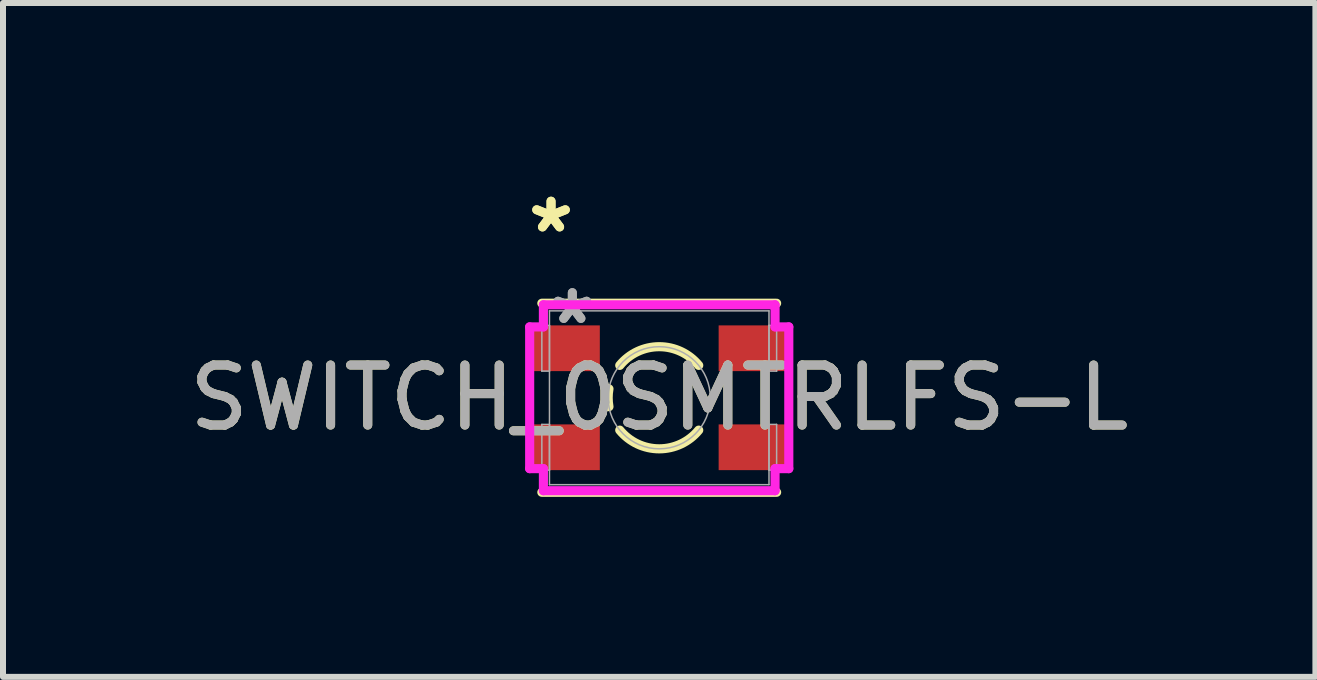
<source format=kicad_pcb>
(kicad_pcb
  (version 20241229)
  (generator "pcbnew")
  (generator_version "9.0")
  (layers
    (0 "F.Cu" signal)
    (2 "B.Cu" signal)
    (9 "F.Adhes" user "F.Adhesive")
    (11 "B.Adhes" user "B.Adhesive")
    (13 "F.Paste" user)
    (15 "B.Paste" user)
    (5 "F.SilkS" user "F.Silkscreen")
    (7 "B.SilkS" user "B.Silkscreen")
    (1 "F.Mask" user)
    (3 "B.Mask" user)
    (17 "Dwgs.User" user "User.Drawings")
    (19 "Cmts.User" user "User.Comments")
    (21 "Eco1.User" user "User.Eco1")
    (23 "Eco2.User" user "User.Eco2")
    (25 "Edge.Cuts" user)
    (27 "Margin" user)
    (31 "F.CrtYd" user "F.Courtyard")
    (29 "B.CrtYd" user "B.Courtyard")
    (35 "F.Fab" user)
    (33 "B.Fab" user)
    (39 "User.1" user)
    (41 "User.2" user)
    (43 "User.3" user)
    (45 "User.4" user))
  (footprint "SWITCH_0SMTRLFS-L"
    (layer "F.Cu")
    (at 7.935 3.578)
    (property "Reference" "SWITCH_0SMTRLFS-L" (at 0 0 0) (unlocked yes) (layer "F.SilkS") (effects (font (size 1 1) (thickness 0.15))))
    (attr smd)
    (fp_line (start -1.956 1.575) (end 1.956 1.575) (stroke (width 0.152) (type solid)) (layer "F.SilkS"))
    (fp_line (start 1.956 -1.575) (end -1.956 -1.575) (stroke (width 0.152) (type solid)) (layer "F.SilkS"))
    (fp_arc (start -0.837862 0.148387) (mid -0.8509 0) (end -0.837862 -0.148388) (stroke (width 0.1524) (type solid)) (layer "F.SilkS"))
    (fp_arc (start -0.65786 -0.539677) (mid 0 -0.8509) (end 0.65786 -0.539677) (stroke (width 0.1524) (type solid)) (layer "F.SilkS"))
    (fp_arc (start 0.65786 0.539677) (mid 0 0.8509) (end -0.65786 0.539677) (stroke (width 0.1524) (type solid)) (layer "F.SilkS"))
    (fp_line (start -2.159 -1.181) (end -1.93 -1.181) (stroke (width 0.152) (type solid)) (layer "F.CrtYd"))
    (fp_line (start -2.159 1.181) (end -2.159 -1.181) (stroke (width 0.152) (type solid)) (layer "F.CrtYd"))
    (fp_line (start -1.93 -1.549) (end 1.93 -1.549) (stroke (width 0.152) (type solid)) (layer "F.CrtYd"))
    (fp_line (start -1.93 -1.181) (end -1.93 -1.549) (stroke (width 0.152) (type solid)) (layer "F.CrtYd"))
    (fp_line (start -1.93 1.181) (end -2.159 1.181) (stroke (width 0.152) (type solid)) (layer "F.CrtYd"))
    (fp_line (start -1.93 1.549) (end -1.93 1.181) (stroke (width 0.152) (type solid)) (layer "F.CrtYd"))
    (fp_line (start 1.93 -1.549) (end 1.93 -1.181) (stroke (width 0.152) (type solid)) (layer "F.CrtYd"))
    (fp_line (start 1.93 -1.181) (end 2.159 -1.181) (stroke (width 0.152) (type solid)) (layer "F.CrtYd"))
    (fp_line (start 1.93 1.181) (end 1.93 1.549) (stroke (width 0.152) (type solid)) (layer "F.CrtYd"))
    (fp_line (start 1.93 1.549) (end -1.93 1.549) (stroke (width 0.152) (type solid)) (layer "F.CrtYd"))
    (fp_line (start 2.159 -1.181) (end 2.159 1.181) (stroke (width 0.152) (type solid)) (layer "F.CrtYd"))
    (fp_line (start 2.159 1.181) (end 1.93 1.181) (stroke (width 0.152) (type solid)) (layer "F.CrtYd"))
    (fp_line (start -1.956 -1.206) (end -1.956 -0.444) (stroke (width 0.025) (type solid)) (layer "F.Fab"))
    (fp_line (start -1.956 -0.444) (end -1.829 -0.444) (stroke (width 0.025) (type solid)) (layer "F.Fab"))
    (fp_line (start -1.956 0.444) (end -1.956 1.206) (stroke (width 0.025) (type solid)) (layer "F.Fab"))
    (fp_line (start -1.956 1.206) (end -1.829 1.206) (stroke (width 0.025) (type solid)) (layer "F.Fab"))
    (fp_line (start -1.829 -1.448) (end -1.829 1.448) (stroke (width 0.025) (type solid)) (layer "F.Fab"))
    (fp_line (start -1.829 -1.206) (end -1.956 -1.206) (stroke (width 0.025) (type solid)) (layer "F.Fab"))
    (fp_line (start -1.829 -0.444) (end -1.829 -1.206) (stroke (width 0.025) (type solid)) (layer "F.Fab"))
    (fp_line (start -1.829 0.444) (end -1.956 0.444) (stroke (width 0.025) (type solid)) (layer "F.Fab"))
    (fp_line (start -1.829 1.206) (end -1.829 0.444) (stroke (width 0.025) (type solid)) (layer "F.Fab"))
    (fp_line (start -1.829 1.448) (end 1.829 1.448) (stroke (width 0.025) (type solid)) (layer "F.Fab"))
    (fp_line (start 1.829 -1.448) (end -1.829 -1.448) (stroke (width 0.025) (type solid)) (layer "F.Fab"))
    (fp_line (start 1.829 -1.206) (end 1.829 -0.444) (stroke (width 0.025) (type solid)) (layer "F.Fab"))
    (fp_line (start 1.829 -0.444) (end 1.956 -0.444) (stroke (width 0.025) (type solid)) (layer "F.Fab"))
    (fp_line (start 1.829 0.444) (end 1.829 1.206) (stroke (width 0.025) (type solid)) (layer "F.Fab"))
    (fp_line (start 1.829 1.206) (end 1.956 1.206) (stroke (width 0.025) (type solid)) (layer "F.Fab"))
    (fp_line (start 1.829 1.448) (end 1.829 -1.448) (stroke (width 0.025) (type solid)) (layer "F.Fab"))
    (fp_line (start 1.956 -1.206) (end 1.829 -1.206) (stroke (width 0.025) (type solid)) (layer "F.Fab"))
    (fp_line (start 1.956 -0.444) (end 1.956 -1.206) (stroke (width 0.025) (type solid)) (layer "F.Fab"))
    (fp_line (start 1.956 0.444) (end 1.829 0.444) (stroke (width 0.025) (type solid)) (layer "F.Fab"))
    (fp_line (start 1.956 1.206) (end 1.956 0.444) (stroke (width 0.025) (type solid)) (layer "F.Fab"))
    (fp_circle (center 0 0) (end 0.851 0) (stroke (width 0.025) (type solid)) (fill no) (layer "F.Fab"))
    (fp_text user "*" (at -1.803 -2.73 0) (layer "F.SilkS") (effects (font (size 1 1) (thickness 0.15))))
    (fp_text user "*" (at -1.803 -2.73 0) (unlocked yes) (layer "F.SilkS") (effects (font (size 1 1) (thickness 0.15))))
    (fp_text user "*" (at -1.448 -1.206 0) (layer "F.Fab") (effects (font (size 1 1) (thickness 0.15))))
    (fp_text user "*" (at -1.448 -1.206 0) (unlocked yes) (layer "F.Fab") (effects (font (size 1 1) (thickness 0.15))))
    (fp_text user "${REFERENCE}" (at 0 0 0) (unlocked yes) (layer "F.Fab") (effects (font (size 1 1) (thickness 0.15))))
    (pad "1" smd rect (at -1.549 -0.825) (size 1.118 0.762) (layers "F.Cu" "F.Mask" "F.Paste"))
    (pad "2" smd rect (at -1.549 0.825) (size 1.118 0.762) (layers "F.Cu" "F.Mask" "F.Paste"))
    (pad "3" smd rect (at 1.549 0.825) (size 1.118 0.762) (layers "F.Cu" "F.Mask" "F.Paste"))
    (pad "4" smd rect (at 1.549 -0.825) (size 1.118 0.762) (layers "F.Cu" "F.Mask" "F.Paste")))
  (gr_rect
    (start -3 -3)
    (end 18.869 8.229)
    (stroke (width 0.1) (type default))
    (fill no)
    (layer "Edge.Cuts")))
</source>
